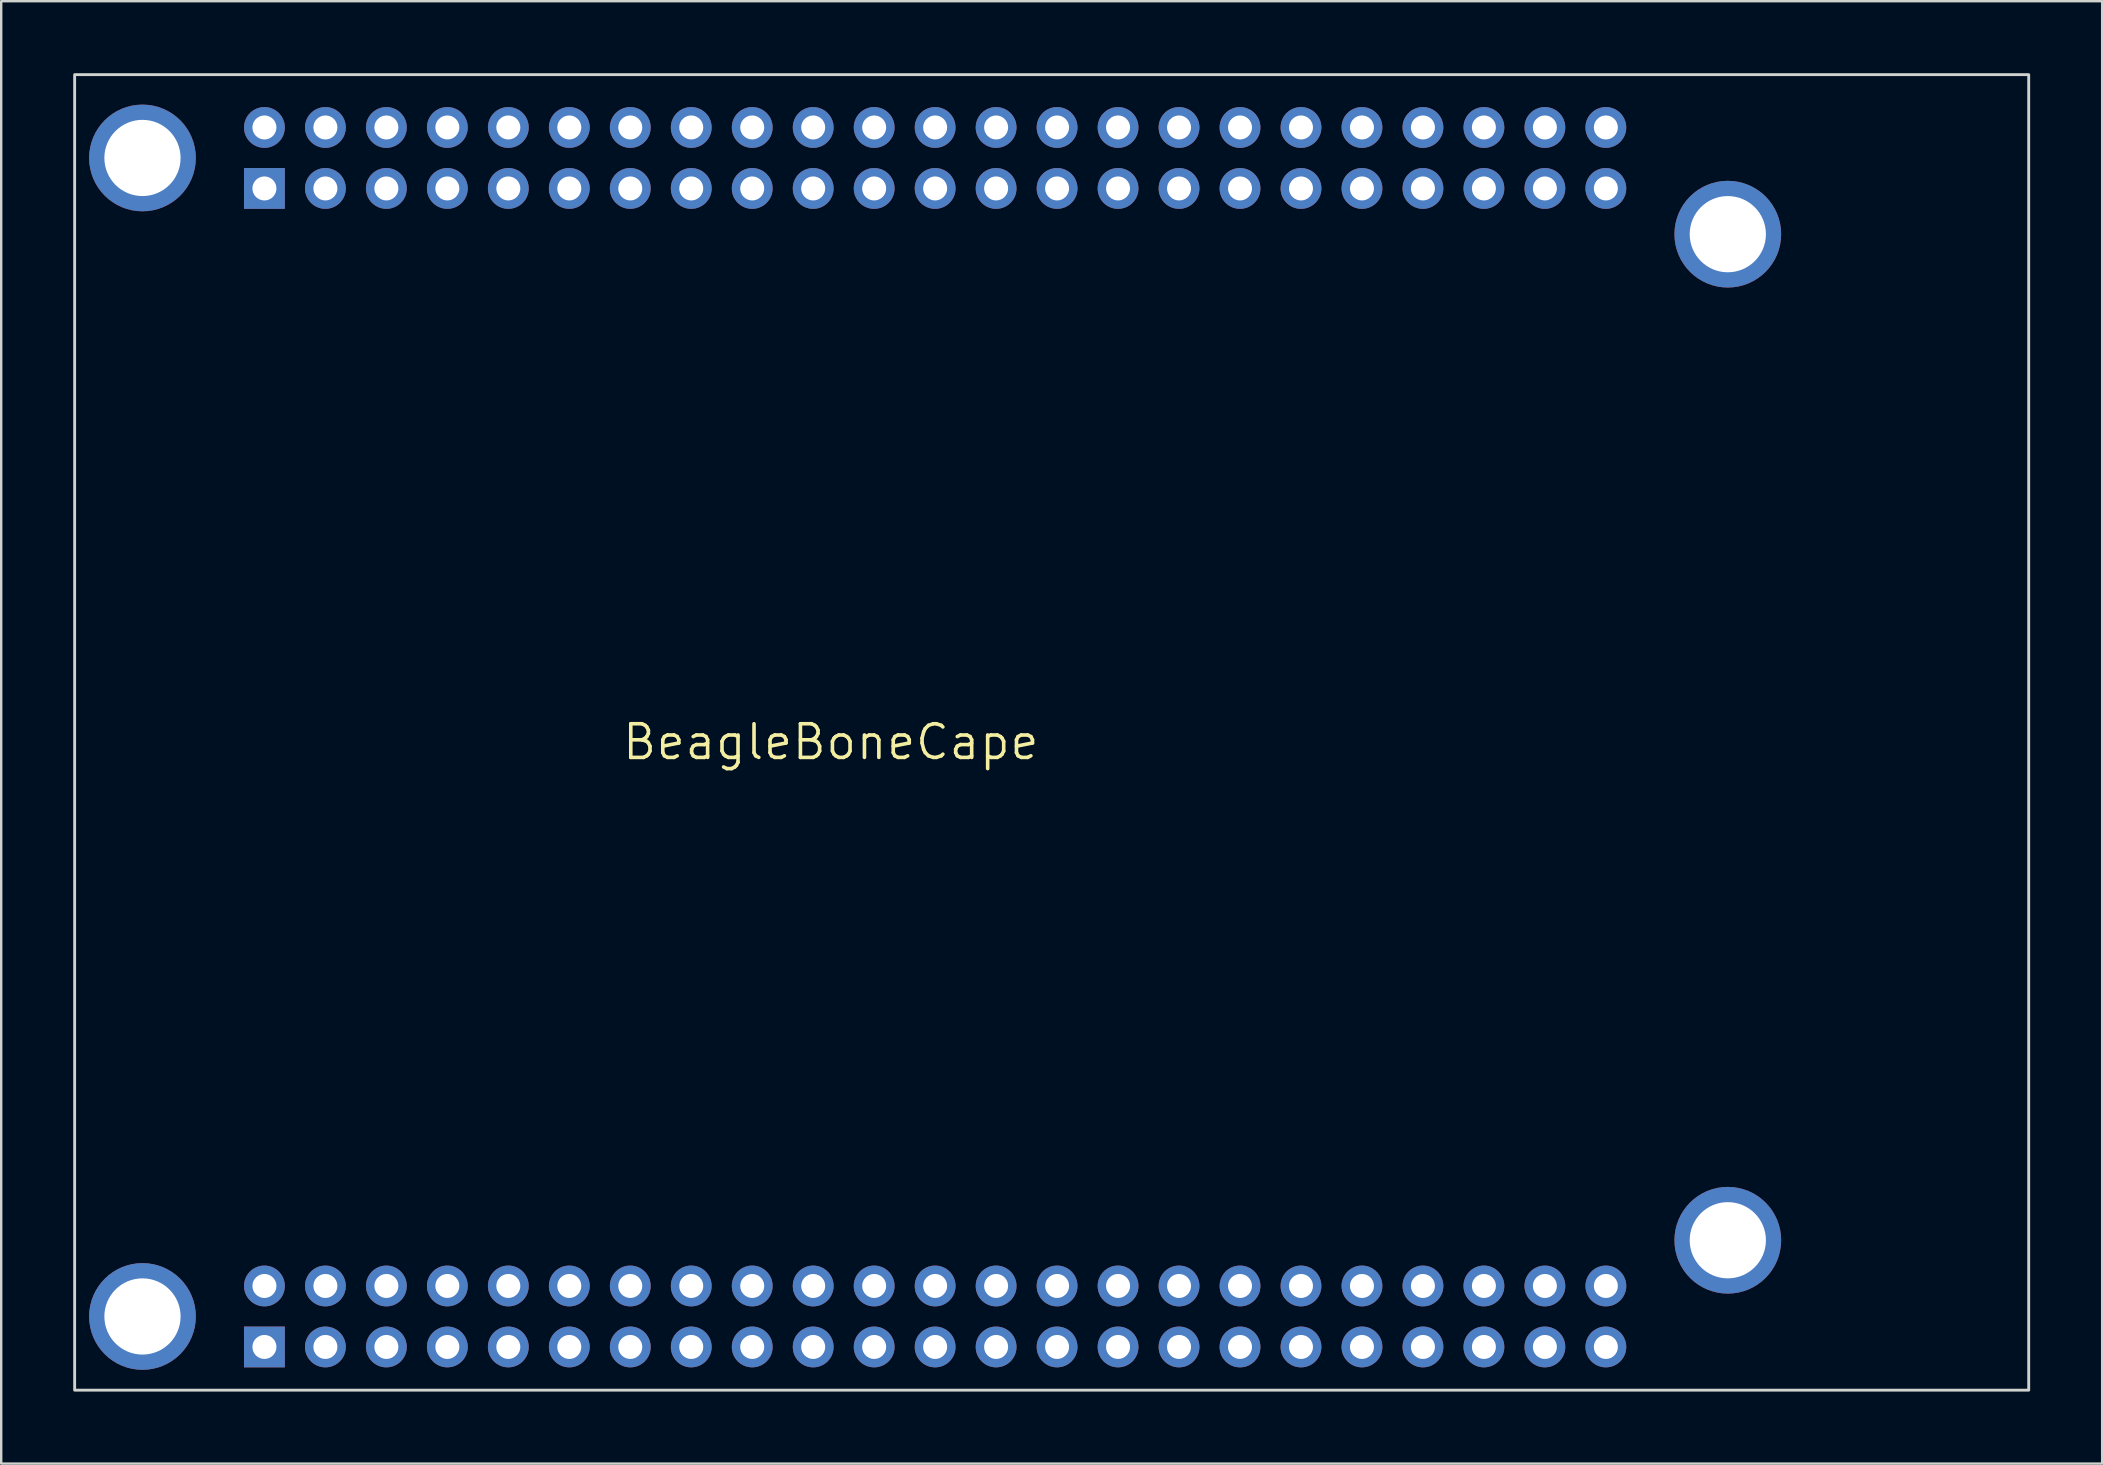
<source format=kicad_pcb>
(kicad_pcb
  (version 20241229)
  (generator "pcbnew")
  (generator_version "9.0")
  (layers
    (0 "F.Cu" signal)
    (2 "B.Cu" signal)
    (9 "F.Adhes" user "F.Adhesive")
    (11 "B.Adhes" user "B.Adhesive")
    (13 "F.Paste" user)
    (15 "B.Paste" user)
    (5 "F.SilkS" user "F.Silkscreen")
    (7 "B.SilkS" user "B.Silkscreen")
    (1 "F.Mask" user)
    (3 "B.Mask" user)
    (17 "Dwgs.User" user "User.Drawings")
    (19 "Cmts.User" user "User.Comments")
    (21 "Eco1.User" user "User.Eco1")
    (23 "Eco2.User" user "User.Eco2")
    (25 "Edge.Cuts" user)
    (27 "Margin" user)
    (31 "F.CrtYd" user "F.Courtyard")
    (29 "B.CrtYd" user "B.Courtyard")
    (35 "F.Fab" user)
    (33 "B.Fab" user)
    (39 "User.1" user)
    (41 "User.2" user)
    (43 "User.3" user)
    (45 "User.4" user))
  (footprint "BeagleBoneCape"
    (layer "F.Cu")
    (at 31.46 27.66)
    (property "Reference" "BeagleBoneCape" (at 0.1 0.2 0) (layer "F.SilkS") (effects (font (size 1.4 1.4) (thickness 0.15))))
    (attr through_hole)
    (fp_rect (start -31.4 -27.6) (end 50 27.2) (stroke (width 0.12) (type default)) (fill no) (layer "Edge.Cuts"))
    (pad "P1" thru_hole circle (at -28.575 -24.13) (size 4.445 4.445) (drill 3.175) (layers "*.Cu" "*.Mask"))
    (pad "P2" thru_hole circle (at -28.575 24.13) (size 4.445 4.445) (drill 3.175) (layers "*.Cu" "*.Mask"))
    (pad "P3" thru_hole circle (at 37.465 20.955) (size 4.445 4.445) (drill 3.175) (layers "*.Cu" "*.Mask"))
    (pad "P4" thru_hole circle (at 37.465 -20.955) (size 4.445 4.445) (drill 3.175) (layers "*.Cu" "*.Mask"))
    (pad "P8_1" thru_hole rect (at -23.495 -22.86) (size 1.7 1.7) (drill 1) (layers "*.Cu" "*.Mask"))
    (pad "P8_2" thru_hole circle (at -23.495 -25.4) (size 1.7 1.7) (drill 1) (layers "*.Cu" "*.Mask"))
    (pad "P8_3" thru_hole circle (at -20.955 -22.86) (size 1.7 1.7) (drill 1) (layers "*.Cu" "*.Mask"))
    (pad "P8_4" thru_hole circle (at -20.955 -25.4) (size 1.7 1.7) (drill 1) (layers "*.Cu" "*.Mask"))
    (pad "P8_5" thru_hole circle (at -18.415 -22.86) (size 1.7 1.7) (drill 1) (layers "*.Cu" "*.Mask"))
    (pad "P8_6" thru_hole circle (at -18.415 -25.4) (size 1.7 1.7) (drill 1) (layers "*.Cu" "*.Mask"))
    (pad "P8_7" thru_hole circle (at -15.875 -22.86) (size 1.7 1.7) (drill 1) (layers "*.Cu" "*.Mask"))
    (pad "P8_8" thru_hole circle (at -15.875 -25.4) (size 1.7 1.7) (drill 1) (layers "*.Cu" "*.Mask"))
    (pad "P8_9" thru_hole circle (at -13.335 -22.86) (size 1.7 1.7) (drill 1) (layers "*.Cu" "*.Mask"))
    (pad "P8_10" thru_hole circle (at -13.335 -25.4) (size 1.7 1.7) (drill 1) (layers "*.Cu" "*.Mask"))
    (pad "P8_11" thru_hole circle (at -10.795 -22.86) (size 1.7 1.7) (drill 1) (layers "*.Cu" "*.Mask"))
    (pad "P8_12" thru_hole circle (at -10.795 -25.4) (size 1.7 1.7) (drill 1) (layers "*.Cu" "*.Mask"))
    (pad "P8_13" thru_hole circle (at -8.255 -22.86) (size 1.7 1.7) (drill 1) (layers "*.Cu" "*.Mask"))
    (pad "P8_14" thru_hole circle (at -8.255 -25.4) (size 1.7 1.7) (drill 1) (layers "*.Cu" "*.Mask"))
    (pad "P8_15" thru_hole circle (at -5.715 -22.86) (size 1.7 1.7) (drill 1) (layers "*.Cu" "*.Mask"))
    (pad "P8_16" thru_hole circle (at -5.715 -25.4) (size 1.7 1.7) (drill 1) (layers "*.Cu" "*.Mask"))
    (pad "P8_17" thru_hole circle (at -3.175 -22.86) (size 1.7 1.7) (drill 1) (layers "*.Cu" "*.Mask"))
    (pad "P8_18" thru_hole circle (at -3.175 -25.4) (size 1.7 1.7) (drill 1) (layers "*.Cu" "*.Mask"))
    (pad "P8_19" thru_hole circle (at -0.635 -22.86) (size 1.7 1.7) (drill 1) (layers "*.Cu" "*.Mask"))
    (pad "P8_20" thru_hole circle (at -0.635 -25.4) (size 1.7 1.7) (drill 1) (layers "*.Cu" "*.Mask"))
    (pad "P8_21" thru_hole circle (at 1.905 -22.86) (size 1.7 1.7) (drill 1) (layers "*.Cu" "*.Mask"))
    (pad "P8_22" thru_hole circle (at 1.905 -25.4) (size 1.7 1.7) (drill 1) (layers "*.Cu" "*.Mask"))
    (pad "P8_23" thru_hole circle (at 4.445 -22.86) (size 1.7 1.7) (drill 1) (layers "*.Cu" "*.Mask"))
    (pad "P8_24" thru_hole circle (at 4.445 -25.4) (size 1.7 1.7) (drill 1) (layers "*.Cu" "*.Mask"))
    (pad "P8_25" thru_hole circle (at 6.985 -22.86) (size 1.7 1.7) (drill 1) (layers "*.Cu" "*.Mask"))
    (pad "P8_26" thru_hole circle (at 6.985 -25.4) (size 1.7 1.7) (drill 1) (layers "*.Cu" "*.Mask"))
    (pad "P8_27" thru_hole circle (at 9.525 -22.86) (size 1.7 1.7) (drill 1) (layers "*.Cu" "*.Mask"))
    (pad "P8_28" thru_hole circle (at 9.525 -25.4) (size 1.7 1.7) (drill 1) (layers "*.Cu" "*.Mask"))
    (pad "P8_29" thru_hole circle (at 12.065 -22.86) (size 1.7 1.7) (drill 1) (layers "*.Cu" "*.Mask"))
    (pad "P8_30" thru_hole circle (at 12.065 -25.4) (size 1.7 1.7) (drill 1) (layers "*.Cu" "*.Mask"))
    (pad "P8_31" thru_hole circle (at 14.605 -22.86) (size 1.7 1.7) (drill 1) (layers "*.Cu" "*.Mask"))
    (pad "P8_32" thru_hole circle (at 14.605 -25.4) (size 1.7 1.7) (drill 1) (layers "*.Cu" "*.Mask"))
    (pad "P8_33" thru_hole circle (at 17.145 -22.86) (size 1.7 1.7) (drill 1) (layers "*.Cu" "*.Mask"))
    (pad "P8_34" thru_hole circle (at 17.145 -25.4) (size 1.7 1.7) (drill 1) (layers "*.Cu" "*.Mask"))
    (pad "P8_35" thru_hole circle (at 19.685 -22.86) (size 1.7 1.7) (drill 1) (layers "*.Cu" "*.Mask"))
    (pad "P8_36" thru_hole circle (at 19.685 -25.4) (size 1.7 1.7) (drill 1) (layers "*.Cu" "*.Mask"))
    (pad "P8_37" thru_hole circle (at 22.225 -22.86) (size 1.7 1.7) (drill 1) (layers "*.Cu" "*.Mask"))
    (pad "P8_38" thru_hole circle (at 22.225 -25.4) (size 1.7 1.7) (drill 1) (layers "*.Cu" "*.Mask"))
    (pad "P8_39" thru_hole circle (at 24.765 -22.86) (size 1.7 1.7) (drill 1) (layers "*.Cu" "*.Mask"))
    (pad "P8_40" thru_hole circle (at 24.765 -25.4) (size 1.7 1.7) (drill 1) (layers "*.Cu" "*.Mask"))
    (pad "P8_41" thru_hole circle (at 27.305 -22.86) (size 1.7 1.7) (drill 1) (layers "*.Cu" "*.Mask"))
    (pad "P8_42" thru_hole circle (at 27.305 -25.4) (size 1.7 1.7) (drill 1) (layers "*.Cu" "*.Mask"))
    (pad "P8_43" thru_hole circle (at 29.845 -22.86) (size 1.7 1.7) (drill 1) (layers "*.Cu" "*.Mask"))
    (pad "P8_44" thru_hole circle (at 29.845 -25.4) (size 1.7 1.7) (drill 1) (layers "*.Cu" "*.Mask"))
    (pad "P8_45" thru_hole circle (at 32.385 -22.86) (size 1.7 1.7) (drill 1) (layers "*.Cu" "*.Mask"))
    (pad "P8_46" thru_hole circle (at 32.385 -25.4) (size 1.7 1.7) (drill 1) (layers "*.Cu" "*.Mask"))
    (pad "P9_1" thru_hole rect (at -23.495 25.4) (size 1.7 1.7) (drill 1) (layers "*.Cu" "*.Mask"))
    (pad "P9_2" thru_hole circle (at -23.495 22.86) (size 1.7 1.7) (drill 1) (layers "*.Cu" "*.Mask"))
    (pad "P9_3" thru_hole circle (at -20.955 25.4) (size 1.7 1.7) (drill 1) (layers "*.Cu" "*.Mask"))
    (pad "P9_4" thru_hole circle (at -20.955 22.86) (size 1.7 1.7) (drill 1) (layers "*.Cu" "*.Mask"))
    (pad "P9_5" thru_hole circle (at -18.415 25.4) (size 1.7 1.7) (drill 1) (layers "*.Cu" "*.Mask"))
    (pad "P9_6" thru_hole circle (at -18.415 22.86) (size 1.7 1.7) (drill 1) (layers "*.Cu" "*.Mask"))
    (pad "P9_7" thru_hole circle (at -15.875 25.4) (size 1.7 1.7) (drill 1) (layers "*.Cu" "*.Mask"))
    (pad "P9_8" thru_hole circle (at -15.875 22.86) (size 1.7 1.7) (drill 1) (layers "*.Cu" "*.Mask"))
    (pad "P9_9" thru_hole circle (at -13.335 25.4) (size 1.7 1.7) (drill 1) (layers "*.Cu" "*.Mask"))
    (pad "P9_10" thru_hole circle (at -13.335 22.86) (size 1.7 1.7) (drill 1) (layers "*.Cu" "*.Mask"))
    (pad "P9_11" thru_hole circle (at -10.795 25.4) (size 1.7 1.7) (drill 1) (layers "*.Cu" "*.Mask"))
    (pad "P9_12" thru_hole circle (at -10.795 22.86) (size 1.7 1.7) (drill 1) (layers "*.Cu" "*.Mask"))
    (pad "P9_13" thru_hole circle (at -8.255 25.4) (size 1.7 1.7) (drill 1) (layers "*.Cu" "*.Mask"))
    (pad "P9_14" thru_hole circle (at -8.255 22.86) (size 1.7 1.7) (drill 1) (layers "*.Cu" "*.Mask"))
    (pad "P9_15" thru_hole circle (at -5.715 25.4) (size 1.7 1.7) (drill 1) (layers "*.Cu" "*.Mask"))
    (pad "P9_16" thru_hole circle (at -5.715 22.86) (size 1.7 1.7) (drill 1) (layers "*.Cu" "*.Mask"))
    (pad "P9_17" thru_hole circle (at -3.175 25.4) (size 1.7 1.7) (drill 1) (layers "*.Cu" "*.Mask"))
    (pad "P9_18" thru_hole circle (at -3.175 22.86) (size 1.7 1.7) (drill 1) (layers "*.Cu" "*.Mask"))
    (pad "P9_19" thru_hole circle (at -0.635 25.4) (size 1.7 1.7) (drill 1) (layers "*.Cu" "*.Mask"))
    (pad "P9_20" thru_hole circle (at -0.635 22.86) (size 1.7 1.7) (drill 1) (layers "*.Cu" "*.Mask"))
    (pad "P9_21" thru_hole circle (at 1.905 25.4) (size 1.7 1.7) (drill 1) (layers "*.Cu" "*.Mask"))
    (pad "P9_22" thru_hole circle (at 1.905 22.86) (size 1.7 1.7) (drill 1) (layers "*.Cu" "*.Mask"))
    (pad "P9_23" thru_hole circle (at 4.445 25.4) (size 1.7 1.7) (drill 1) (layers "*.Cu" "*.Mask"))
    (pad "P9_24" thru_hole circle (at 4.445 22.86) (size 1.7 1.7) (drill 1) (layers "*.Cu" "*.Mask"))
    (pad "P9_25" thru_hole circle (at 6.985 25.4) (size 1.7 1.7) (drill 1) (layers "*.Cu" "*.Mask"))
    (pad "P9_26" thru_hole circle (at 6.985 22.86) (size 1.7 1.7) (drill 1) (layers "*.Cu" "*.Mask"))
    (pad "P9_27" thru_hole circle (at 9.525 25.4) (size 1.7 1.7) (drill 1) (layers "*.Cu" "*.Mask"))
    (pad "P9_28" thru_hole circle (at 9.525 22.86) (size 1.7 1.7) (drill 1) (layers "*.Cu" "*.Mask"))
    (pad "P9_29" thru_hole circle (at 12.065 25.4) (size 1.7 1.7) (drill 1) (layers "*.Cu" "*.Mask"))
    (pad "P9_30" thru_hole circle (at 12.065 22.86) (size 1.7 1.7) (drill 1) (layers "*.Cu" "*.Mask"))
    (pad "P9_31" thru_hole circle (at 14.605 25.4) (size 1.7 1.7) (drill 1) (layers "*.Cu" "*.Mask"))
    (pad "P9_32" thru_hole circle (at 14.605 22.86) (size 1.7 1.7) (drill 1) (layers "*.Cu" "*.Mask"))
    (pad "P9_33" thru_hole circle (at 17.145 25.4) (size 1.7 1.7) (drill 1) (layers "*.Cu" "*.Mask"))
    (pad "P9_34" thru_hole circle (at 17.145 22.86) (size 1.7 1.7) (drill 1) (layers "*.Cu" "*.Mask"))
    (pad "P9_35" thru_hole circle (at 19.685 25.4) (size 1.7 1.7) (drill 1) (layers "*.Cu" "*.Mask"))
    (pad "P9_36" thru_hole circle (at 19.685 22.86) (size 1.7 1.7) (drill 1) (layers "*.Cu" "*.Mask"))
    (pad "P9_37" thru_hole circle (at 22.225 25.4) (size 1.7 1.7) (drill 1) (layers "*.Cu" "*.Mask"))
    (pad "P9_38" thru_hole circle (at 22.225 22.86) (size 1.7 1.7) (drill 1) (layers "*.Cu" "*.Mask"))
    (pad "P9_39" thru_hole circle (at 24.765 25.4) (size 1.7 1.7) (drill 1) (layers "*.Cu" "*.Mask"))
    (pad "P9_40" thru_hole circle (at 24.765 22.86) (size 1.7 1.7) (drill 1) (layers "*.Cu" "*.Mask"))
    (pad "P9_41" thru_hole circle (at 27.305 25.4) (size 1.7 1.7) (drill 1) (layers "*.Cu" "*.Mask"))
    (pad "P9_42" thru_hole circle (at 27.305 22.86) (size 1.7 1.7) (drill 1) (layers "*.Cu" "*.Mask"))
    (pad "P9_43" thru_hole circle (at 29.845 25.4) (size 1.7 1.7) (drill 1) (layers "*.Cu" "*.Mask"))
    (pad "P9_44" thru_hole circle (at 29.845 22.86) (size 1.7 1.7) (drill 1) (layers "*.Cu" "*.Mask"))
    (pad "P9_45" thru_hole circle (at 32.385 25.4) (size 1.7 1.7) (drill 1) (layers "*.Cu" "*.Mask"))
    (pad "P9_46" thru_hole circle (at 32.385 22.86) (size 1.7 1.7) (drill 1) (layers "*.Cu" "*.Mask")))
  (gr_rect
    (start -3 -3)
    (end 84.52 57.92)
    (stroke (width 0.1) (type default))
    (fill no)
    (layer "Edge.Cuts")))
</source>
